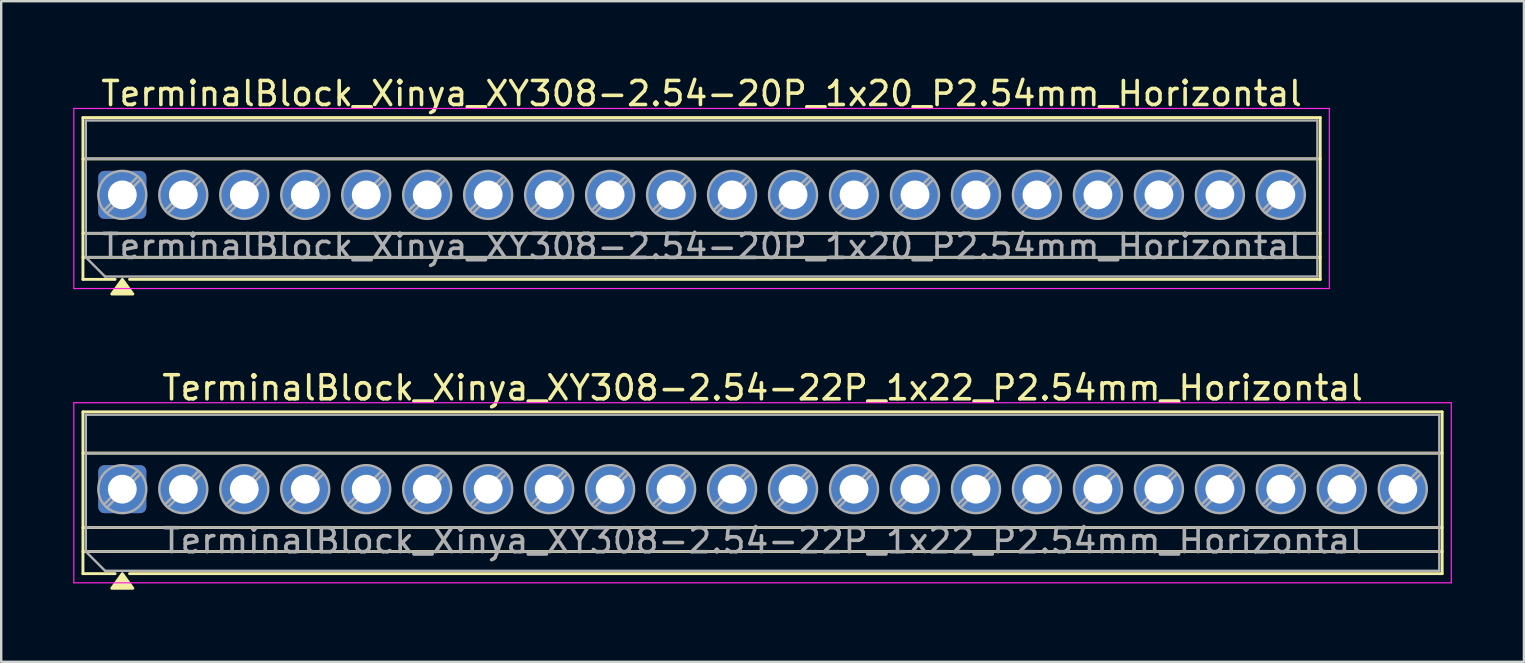
<source format=kicad_pcb>
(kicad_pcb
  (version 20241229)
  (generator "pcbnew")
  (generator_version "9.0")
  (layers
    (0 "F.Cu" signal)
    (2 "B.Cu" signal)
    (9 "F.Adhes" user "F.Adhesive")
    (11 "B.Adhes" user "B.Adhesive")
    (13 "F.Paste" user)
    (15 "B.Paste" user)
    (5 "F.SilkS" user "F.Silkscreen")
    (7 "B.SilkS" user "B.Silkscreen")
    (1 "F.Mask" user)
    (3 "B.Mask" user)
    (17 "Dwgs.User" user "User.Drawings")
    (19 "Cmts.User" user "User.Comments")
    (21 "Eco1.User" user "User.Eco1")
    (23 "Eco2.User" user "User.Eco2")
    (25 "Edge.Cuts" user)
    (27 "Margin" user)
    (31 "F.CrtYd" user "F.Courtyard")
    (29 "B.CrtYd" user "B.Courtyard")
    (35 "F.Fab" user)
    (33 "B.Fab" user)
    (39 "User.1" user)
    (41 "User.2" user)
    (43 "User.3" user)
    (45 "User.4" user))
  (footprint "TerminalBlock_Xinya_XY308-2.54-20P_1x20_P2.54mm_Horizontal"
    (layer "F.Cu")
    (at 2.045 5.068)
    (property "Reference" "TerminalBlock_Xinya_XY308-2.54-20P_1x20_P2.54mm_Horizontal" (at 24.13 -4.22 0) (layer "F.SilkS") (effects (font (size 1 1) (thickness 0.15))))
    (attr through_hole)
    (fp_line (start -1.64 -3.22) (end -1.64 3.52) (stroke (width 0.12) (type solid)) (layer "F.SilkS"))
    (fp_line (start -1.64 -3.22) (end 49.9 -3.22) (stroke (width 0.12) (type solid)) (layer "F.SilkS"))
    (fp_line (start -1.64 -1.5) (end 49.9 -1.5) (stroke (width 0.12) (type solid)) (layer "F.SilkS"))
    (fp_line (start -1.64 1.6) (end 49.9 1.6) (stroke (width 0.12) (type solid)) (layer "F.SilkS"))
    (fp_line (start -1.64 2.6) (end 49.9 2.6) (stroke (width 0.12) (type solid)) (layer "F.SilkS"))
    (fp_line (start -1.64 3.52) (end -0.3 3.52) (stroke (width 0.12) (type solid)) (layer "F.SilkS"))
    (fp_line (start 0.3 3.52) (end 49.9 3.52) (stroke (width 0.12) (type solid)) (layer "F.SilkS"))
    (fp_line (start 49.9 -3.22) (end 49.9 3.52) (stroke (width 0.12) (type solid)) (layer "F.SilkS"))
    (fp_poly (pts (xy 0 3.52) (xy 0.44 4.13) (xy -0.44 4.13)) (stroke (width 0.12) (type solid)) (fill yes) (layer "F.SilkS"))
    (fp_line (start -2.02 -3.6) (end -2.02 3.9) (stroke (width 0.05) (type solid)) (layer "F.CrtYd"))
    (fp_line (start -2.02 3.9) (end 50.28 3.9) (stroke (width 0.05) (type solid)) (layer "F.CrtYd"))
    (fp_line (start 50.28 -3.6) (end -2.02 -3.6) (stroke (width 0.05) (type solid)) (layer "F.CrtYd"))
    (fp_line (start 50.28 3.9) (end 50.28 -3.6) (stroke (width 0.05) (type solid)) (layer "F.CrtYd"))
    (fp_line (start -1.52 -3.1) (end 49.78 -3.1) (stroke (width 0.1) (type solid)) (layer "F.Fab"))
    (fp_line (start -1.52 -1.5) (end 49.78 -1.5) (stroke (width 0.1) (type solid)) (layer "F.Fab"))
    (fp_line (start -1.52 1.6) (end 49.78 1.6) (stroke (width 0.1) (type solid)) (layer "F.Fab"))
    (fp_line (start -1.52 2.6) (end -1.52 -3.1) (stroke (width 0.1) (type solid)) (layer "F.Fab"))
    (fp_line (start -1.52 2.6) (end 49.78 2.6) (stroke (width 0.1) (type solid)) (layer "F.Fab"))
    (fp_line (start -0.72 3.4) (end -1.52 2.6) (stroke (width 0.1) (type solid)) (layer "F.Fab"))
    (fp_line (start 0.636 -0.758) (end -0.758 0.636) (stroke (width 0.1) (type solid)) (layer "F.Fab"))
    (fp_line (start 0.758 -0.636) (end -0.636 0.758) (stroke (width 0.1) (type solid)) (layer "F.Fab"))
    (fp_line (start 3.176 -0.758) (end 1.782 0.636) (stroke (width 0.1) (type solid)) (layer "F.Fab"))
    (fp_line (start 3.298 -0.636) (end 1.904 0.758) (stroke (width 0.1) (type solid)) (layer "F.Fab"))
    (fp_line (start 5.716 -0.758) (end 4.322 0.636) (stroke (width 0.1) (type solid)) (layer "F.Fab"))
    (fp_line (start 5.838 -0.636) (end 4.444 0.758) (stroke (width 0.1) (type solid)) (layer "F.Fab"))
    (fp_line (start 8.256 -0.758) (end 6.862 0.636) (stroke (width 0.1) (type solid)) (layer "F.Fab"))
    (fp_line (start 8.378 -0.636) (end 6.984 0.758) (stroke (width 0.1) (type solid)) (layer "F.Fab"))
    (fp_line (start 10.796 -0.758) (end 9.402 0.636) (stroke (width 0.1) (type solid)) (layer "F.Fab"))
    (fp_line (start 10.918 -0.636) (end 9.524 0.758) (stroke (width 0.1) (type solid)) (layer "F.Fab"))
    (fp_line (start 13.336 -0.758) (end 11.942 0.636) (stroke (width 0.1) (type solid)) (layer "F.Fab"))
    (fp_line (start 13.458 -0.636) (end 12.064 0.758) (stroke (width 0.1) (type solid)) (layer "F.Fab"))
    (fp_line (start 15.876 -0.758) (end 14.482 0.636) (stroke (width 0.1) (type solid)) (layer "F.Fab"))
    (fp_line (start 15.998 -0.636) (end 14.604 0.758) (stroke (width 0.1) (type solid)) (layer "F.Fab"))
    (fp_line (start 18.416 -0.758) (end 17.022 0.636) (stroke (width 0.1) (type solid)) (layer "F.Fab"))
    (fp_line (start 18.538 -0.636) (end 17.144 0.758) (stroke (width 0.1) (type solid)) (layer "F.Fab"))
    (fp_line (start 20.956 -0.758) (end 19.562 0.636) (stroke (width 0.1) (type solid)) (layer "F.Fab"))
    (fp_line (start 21.078 -0.636) (end 19.684 0.758) (stroke (width 0.1) (type solid)) (layer "F.Fab"))
    (fp_line (start 23.496 -0.758) (end 22.102 0.636) (stroke (width 0.1) (type solid)) (layer "F.Fab"))
    (fp_line (start 23.618 -0.636) (end 22.224 0.758) (stroke (width 0.1) (type solid)) (layer "F.Fab"))
    (fp_line (start 26.036 -0.758) (end 24.642 0.636) (stroke (width 0.1) (type solid)) (layer "F.Fab"))
    (fp_line (start 26.158 -0.636) (end 24.764 0.758) (stroke (width 0.1) (type solid)) (layer "F.Fab"))
    (fp_line (start 28.576 -0.758) (end 27.182 0.636) (stroke (width 0.1) (type solid)) (layer "F.Fab"))
    (fp_line (start 28.698 -0.636) (end 27.304 0.758) (stroke (width 0.1) (type solid)) (layer "F.Fab"))
    (fp_line (start 31.116 -0.758) (end 29.722 0.636) (stroke (width 0.1) (type solid)) (layer "F.Fab"))
    (fp_line (start 31.238 -0.636) (end 29.844 0.758) (stroke (width 0.1) (type solid)) (layer "F.Fab"))
    (fp_line (start 33.656 -0.758) (end 32.262 0.636) (stroke (width 0.1) (type solid)) (layer "F.Fab"))
    (fp_line (start 33.778 -0.636) (end 32.384 0.758) (stroke (width 0.1) (type solid)) (layer "F.Fab"))
    (fp_line (start 36.196 -0.758) (end 34.802 0.636) (stroke (width 0.1) (type solid)) (layer "F.Fab"))
    (fp_line (start 36.318 -0.636) (end 34.924 0.758) (stroke (width 0.1) (type solid)) (layer "F.Fab"))
    (fp_line (start 38.736 -0.758) (end 37.342 0.636) (stroke (width 0.1) (type solid)) (layer "F.Fab"))
    (fp_line (start 38.858 -0.636) (end 37.464 0.758) (stroke (width 0.1) (type solid)) (layer "F.Fab"))
    (fp_line (start 41.276 -0.758) (end 39.882 0.636) (stroke (width 0.1) (type solid)) (layer "F.Fab"))
    (fp_line (start 41.398 -0.636) (end 40.004 0.758) (stroke (width 0.1) (type solid)) (layer "F.Fab"))
    (fp_line (start 43.816 -0.758) (end 42.422 0.636) (stroke (width 0.1) (type solid)) (layer "F.Fab"))
    (fp_line (start 43.938 -0.636) (end 42.544 0.758) (stroke (width 0.1) (type solid)) (layer "F.Fab"))
    (fp_line (start 46.356 -0.758) (end 44.962 0.636) (stroke (width 0.1) (type solid)) (layer "F.Fab"))
    (fp_line (start 46.478 -0.636) (end 45.084 0.758) (stroke (width 0.1) (type solid)) (layer "F.Fab"))
    (fp_line (start 48.896 -0.758) (end 47.502 0.636) (stroke (width 0.1) (type solid)) (layer "F.Fab"))
    (fp_line (start 49.018 -0.636) (end 47.624 0.758) (stroke (width 0.1) (type solid)) (layer "F.Fab"))
    (fp_line (start 49.78 -3.1) (end 49.78 3.4) (stroke (width 0.1) (type solid)) (layer "F.Fab"))
    (fp_line (start 49.78 3.4) (end -0.72 3.4) (stroke (width 0.1) (type solid)) (layer "F.Fab"))
    (fp_circle (center 0 0) (end 1 0) (stroke (width 0.1) (type solid)) (fill no) (layer "F.Fab"))
    (fp_circle (center 2.54 0) (end 3.54 0) (stroke (width 0.1) (type solid)) (fill no) (layer "F.Fab"))
    (fp_circle (center 5.08 0) (end 6.08 0) (stroke (width 0.1) (type solid)) (fill no) (layer "F.Fab"))
    (fp_circle (center 7.62 0) (end 8.62 0) (stroke (width 0.1) (type solid)) (fill no) (layer "F.Fab"))
    (fp_circle (center 10.16 0) (end 11.16 0) (stroke (width 0.1) (type solid)) (fill no) (layer "F.Fab"))
    (fp_circle (center 12.7 0) (end 13.7 0) (stroke (width 0.1) (type solid)) (fill no) (layer "F.Fab"))
    (fp_circle (center 15.24 0) (end 16.24 0) (stroke (width 0.1) (type solid)) (fill no) (layer "F.Fab"))
    (fp_circle (center 17.78 0) (end 18.78 0) (stroke (width 0.1) (type solid)) (fill no) (layer "F.Fab"))
    (fp_circle (center 20.32 0) (end 21.32 0) (stroke (width 0.1) (type solid)) (fill no) (layer "F.Fab"))
    (fp_circle (center 22.86 0) (end 23.86 0) (stroke (width 0.1) (type solid)) (fill no) (layer "F.Fab"))
    (fp_circle (center 25.4 0) (end 26.4 0) (stroke (width 0.1) (type solid)) (fill no) (layer "F.Fab"))
    (fp_circle (center 27.94 0) (end 28.94 0) (stroke (width 0.1) (type solid)) (fill no) (layer "F.Fab"))
    (fp_circle (center 30.48 0) (end 31.48 0) (stroke (width 0.1) (type solid)) (fill no) (layer "F.Fab"))
    (fp_circle (center 33.02 0) (end 34.02 0) (stroke (width 0.1) (type solid)) (fill no) (layer "F.Fab"))
    (fp_circle (center 35.56 0) (end 36.56 0) (stroke (width 0.1) (type solid)) (fill no) (layer "F.Fab"))
    (fp_circle (center 38.1 0) (end 39.1 0) (stroke (width 0.1) (type solid)) (fill no) (layer "F.Fab"))
    (fp_circle (center 40.64 0) (end 41.64 0) (stroke (width 0.1) (type solid)) (fill no) (layer "F.Fab"))
    (fp_circle (center 43.18 0) (end 44.18 0) (stroke (width 0.1) (type solid)) (fill no) (layer "F.Fab"))
    (fp_circle (center 45.72 0) (end 46.72 0) (stroke (width 0.1) (type solid)) (fill no) (layer "F.Fab"))
    (fp_circle (center 48.26 0) (end 49.26 0) (stroke (width 0.1) (type solid)) (fill no) (layer "F.Fab"))
    (fp_text user "${REFERENCE}" (at 24.13 2.15 0) (layer "F.Fab") (effects (font (size 1 1) (thickness 0.15))))
    (pad "1" thru_hole roundrect (at 0 0) (size 2 2) (drill 1.2) (layers "*.Cu" "*.Mask") (roundrect_rratio 0.125))
    (pad "2" thru_hole circle (at 2.54 0) (size 2 2) (drill 1.2) (layers "*.Cu" "*.Mask"))
    (pad "3" thru_hole circle (at 5.08 0) (size 2 2) (drill 1.2) (layers "*.Cu" "*.Mask"))
    (pad "4" thru_hole circle (at 7.62 0) (size 2 2) (drill 1.2) (layers "*.Cu" "*.Mask"))
    (pad "5" thru_hole circle (at 10.16 0) (size 2 2) (drill 1.2) (layers "*.Cu" "*.Mask"))
    (pad "6" thru_hole circle (at 12.7 0) (size 2 2) (drill 1.2) (layers "*.Cu" "*.Mask"))
    (pad "7" thru_hole circle (at 15.24 0) (size 2 2) (drill 1.2) (layers "*.Cu" "*.Mask"))
    (pad "8" thru_hole circle (at 17.78 0) (size 2 2) (drill 1.2) (layers "*.Cu" "*.Mask"))
    (pad "9" thru_hole circle (at 20.32 0) (size 2 2) (drill 1.2) (layers "*.Cu" "*.Mask"))
    (pad "10" thru_hole circle (at 22.86 0) (size 2 2) (drill 1.2) (layers "*.Cu" "*.Mask"))
    (pad "11" thru_hole circle (at 25.4 0) (size 2 2) (drill 1.2) (layers "*.Cu" "*.Mask"))
    (pad "12" thru_hole circle (at 27.94 0) (size 2 2) (drill 1.2) (layers "*.Cu" "*.Mask"))
    (pad "13" thru_hole circle (at 30.48 0) (size 2 2) (drill 1.2) (layers "*.Cu" "*.Mask"))
    (pad "14" thru_hole circle (at 33.02 0) (size 2 2) (drill 1.2) (layers "*.Cu" "*.Mask"))
    (pad "15" thru_hole circle (at 35.56 0) (size 2 2) (drill 1.2) (layers "*.Cu" "*.Mask"))
    (pad "16" thru_hole circle (at 38.1 0) (size 2 2) (drill 1.2) (layers "*.Cu" "*.Mask"))
    (pad "17" thru_hole circle (at 40.64 0) (size 2 2) (drill 1.2) (layers "*.Cu" "*.Mask"))
    (pad "18" thru_hole circle (at 43.18 0) (size 2 2) (drill 1.2) (layers "*.Cu" "*.Mask"))
    (pad "19" thru_hole circle (at 45.72 0) (size 2 2) (drill 1.2) (layers "*.Cu" "*.Mask"))
    (pad "20" thru_hole circle (at 48.26 0) (size 2 2) (drill 1.2) (layers "*.Cu" "*.Mask")))
  (footprint "TerminalBlock_Xinya_XY308-2.54-22P_1x22_P2.54mm_Horizontal"
    (layer "F.Cu")
    (at 2.045 17.326)
    (property "Reference" "TerminalBlock_Xinya_XY308-2.54-22P_1x22_P2.54mm_Horizontal" (at 26.67 -4.22 0) (layer "F.SilkS") (effects (font (size 1 1) (thickness 0.15))))
    (attr through_hole)
    (fp_line (start -1.64 -3.22) (end -1.64 3.52) (stroke (width 0.12) (type solid)) (layer "F.SilkS"))
    (fp_line (start -1.64 -3.22) (end 54.98 -3.22) (stroke (width 0.12) (type solid)) (layer "F.SilkS"))
    (fp_line (start -1.64 -1.5) (end 54.98 -1.5) (stroke (width 0.12) (type solid)) (layer "F.SilkS"))
    (fp_line (start -1.64 1.6) (end 54.98 1.6) (stroke (width 0.12) (type solid)) (layer "F.SilkS"))
    (fp_line (start -1.64 2.6) (end 54.98 2.6) (stroke (width 0.12) (type solid)) (layer "F.SilkS"))
    (fp_line (start -1.64 3.52) (end -0.3 3.52) (stroke (width 0.12) (type solid)) (layer "F.SilkS"))
    (fp_line (start 0.3 3.52) (end 54.98 3.52) (stroke (width 0.12) (type solid)) (layer "F.SilkS"))
    (fp_line (start 54.98 -3.22) (end 54.98 3.52) (stroke (width 0.12) (type solid)) (layer "F.SilkS"))
    (fp_poly (pts (xy 0 3.52) (xy 0.44 4.13) (xy -0.44 4.13)) (stroke (width 0.12) (type solid)) (fill yes) (layer "F.SilkS"))
    (fp_line (start -2.02 -3.6) (end -2.02 3.9) (stroke (width 0.05) (type solid)) (layer "F.CrtYd"))
    (fp_line (start -2.02 3.9) (end 55.36 3.9) (stroke (width 0.05) (type solid)) (layer "F.CrtYd"))
    (fp_line (start 55.36 -3.6) (end -2.02 -3.6) (stroke (width 0.05) (type solid)) (layer "F.CrtYd"))
    (fp_line (start 55.36 3.9) (end 55.36 -3.6) (stroke (width 0.05) (type solid)) (layer "F.CrtYd"))
    (fp_line (start -1.52 -3.1) (end 54.86 -3.1) (stroke (width 0.1) (type solid)) (layer "F.Fab"))
    (fp_line (start -1.52 -1.5) (end 54.86 -1.5) (stroke (width 0.1) (type solid)) (layer "F.Fab"))
    (fp_line (start -1.52 1.6) (end 54.86 1.6) (stroke (width 0.1) (type solid)) (layer "F.Fab"))
    (fp_line (start -1.52 2.6) (end -1.52 -3.1) (stroke (width 0.1) (type solid)) (layer "F.Fab"))
    (fp_line (start -1.52 2.6) (end 54.86 2.6) (stroke (width 0.1) (type solid)) (layer "F.Fab"))
    (fp_line (start -0.72 3.4) (end -1.52 2.6) (stroke (width 0.1) (type solid)) (layer "F.Fab"))
    (fp_line (start 0.636 -0.758) (end -0.758 0.636) (stroke (width 0.1) (type solid)) (layer "F.Fab"))
    (fp_line (start 0.758 -0.636) (end -0.636 0.758) (stroke (width 0.1) (type solid)) (layer "F.Fab"))
    (fp_line (start 3.176 -0.758) (end 1.782 0.636) (stroke (width 0.1) (type solid)) (layer "F.Fab"))
    (fp_line (start 3.298 -0.636) (end 1.904 0.758) (stroke (width 0.1) (type solid)) (layer "F.Fab"))
    (fp_line (start 5.716 -0.758) (end 4.322 0.636) (stroke (width 0.1) (type solid)) (layer "F.Fab"))
    (fp_line (start 5.838 -0.636) (end 4.444 0.758) (stroke (width 0.1) (type solid)) (layer "F.Fab"))
    (fp_line (start 8.256 -0.758) (end 6.862 0.636) (stroke (width 0.1) (type solid)) (layer "F.Fab"))
    (fp_line (start 8.378 -0.636) (end 6.984 0.758) (stroke (width 0.1) (type solid)) (layer "F.Fab"))
    (fp_line (start 10.796 -0.758) (end 9.402 0.636) (stroke (width 0.1) (type solid)) (layer "F.Fab"))
    (fp_line (start 10.918 -0.636) (end 9.524 0.758) (stroke (width 0.1) (type solid)) (layer "F.Fab"))
    (fp_line (start 13.336 -0.758) (end 11.942 0.636) (stroke (width 0.1) (type solid)) (layer "F.Fab"))
    (fp_line (start 13.458 -0.636) (end 12.064 0.758) (stroke (width 0.1) (type solid)) (layer "F.Fab"))
    (fp_line (start 15.876 -0.758) (end 14.482 0.636) (stroke (width 0.1) (type solid)) (layer "F.Fab"))
    (fp_line (start 15.998 -0.636) (end 14.604 0.758) (stroke (width 0.1) (type solid)) (layer "F.Fab"))
    (fp_line (start 18.416 -0.758) (end 17.022 0.636) (stroke (width 0.1) (type solid)) (layer "F.Fab"))
    (fp_line (start 18.538 -0.636) (end 17.144 0.758) (stroke (width 0.1) (type solid)) (layer "F.Fab"))
    (fp_line (start 20.956 -0.758) (end 19.562 0.636) (stroke (width 0.1) (type solid)) (layer "F.Fab"))
    (fp_line (start 21.078 -0.636) (end 19.684 0.758) (stroke (width 0.1) (type solid)) (layer "F.Fab"))
    (fp_line (start 23.496 -0.758) (end 22.102 0.636) (stroke (width 0.1) (type solid)) (layer "F.Fab"))
    (fp_line (start 23.618 -0.636) (end 22.224 0.758) (stroke (width 0.1) (type solid)) (layer "F.Fab"))
    (fp_line (start 26.036 -0.758) (end 24.642 0.636) (stroke (width 0.1) (type solid)) (layer "F.Fab"))
    (fp_line (start 26.158 -0.636) (end 24.764 0.758) (stroke (width 0.1) (type solid)) (layer "F.Fab"))
    (fp_line (start 28.576 -0.758) (end 27.182 0.636) (stroke (width 0.1) (type solid)) (layer "F.Fab"))
    (fp_line (start 28.698 -0.636) (end 27.304 0.758) (stroke (width 0.1) (type solid)) (layer "F.Fab"))
    (fp_line (start 31.116 -0.758) (end 29.722 0.636) (stroke (width 0.1) (type solid)) (layer "F.Fab"))
    (fp_line (start 31.238 -0.636) (end 29.844 0.758) (stroke (width 0.1) (type solid)) (layer "F.Fab"))
    (fp_line (start 33.656 -0.758) (end 32.262 0.636) (stroke (width 0.1) (type solid)) (layer "F.Fab"))
    (fp_line (start 33.778 -0.636) (end 32.384 0.758) (stroke (width 0.1) (type solid)) (layer "F.Fab"))
    (fp_line (start 36.196 -0.758) (end 34.802 0.636) (stroke (width 0.1) (type solid)) (layer "F.Fab"))
    (fp_line (start 36.318 -0.636) (end 34.924 0.758) (stroke (width 0.1) (type solid)) (layer "F.Fab"))
    (fp_line (start 38.736 -0.758) (end 37.342 0.636) (stroke (width 0.1) (type solid)) (layer "F.Fab"))
    (fp_line (start 38.858 -0.636) (end 37.464 0.758) (stroke (width 0.1) (type solid)) (layer "F.Fab"))
    (fp_line (start 41.276 -0.758) (end 39.882 0.636) (stroke (width 0.1) (type solid)) (layer "F.Fab"))
    (fp_line (start 41.398 -0.636) (end 40.004 0.758) (stroke (width 0.1) (type solid)) (layer "F.Fab"))
    (fp_line (start 43.816 -0.758) (end 42.422 0.636) (stroke (width 0.1) (type solid)) (layer "F.Fab"))
    (fp_line (start 43.938 -0.636) (end 42.544 0.758) (stroke (width 0.1) (type solid)) (layer "F.Fab"))
    (fp_line (start 46.356 -0.758) (end 44.962 0.636) (stroke (width 0.1) (type solid)) (layer "F.Fab"))
    (fp_line (start 46.478 -0.636) (end 45.084 0.758) (stroke (width 0.1) (type solid)) (layer "F.Fab"))
    (fp_line (start 48.896 -0.758) (end 47.502 0.636) (stroke (width 0.1) (type solid)) (layer "F.Fab"))
    (fp_line (start 49.018 -0.636) (end 47.624 0.758) (stroke (width 0.1) (type solid)) (layer "F.Fab"))
    (fp_line (start 51.436 -0.758) (end 50.042 0.636) (stroke (width 0.1) (type solid)) (layer "F.Fab"))
    (fp_line (start 51.558 -0.636) (end 50.164 0.758) (stroke (width 0.1) (type solid)) (layer "F.Fab"))
    (fp_line (start 53.976 -0.758) (end 52.582 0.636) (stroke (width 0.1) (type solid)) (layer "F.Fab"))
    (fp_line (start 54.098 -0.636) (end 52.704 0.758) (stroke (width 0.1) (type solid)) (layer "F.Fab"))
    (fp_line (start 54.86 -3.1) (end 54.86 3.4) (stroke (width 0.1) (type solid)) (layer "F.Fab"))
    (fp_line (start 54.86 3.4) (end -0.72 3.4) (stroke (width 0.1) (type solid)) (layer "F.Fab"))
    (fp_circle (center 0 0) (end 1 0) (stroke (width 0.1) (type solid)) (fill no) (layer "F.Fab"))
    (fp_circle (center 2.54 0) (end 3.54 0) (stroke (width 0.1) (type solid)) (fill no) (layer "F.Fab"))
    (fp_circle (center 5.08 0) (end 6.08 0) (stroke (width 0.1) (type solid)) (fill no) (layer "F.Fab"))
    (fp_circle (center 7.62 0) (end 8.62 0) (stroke (width 0.1) (type solid)) (fill no) (layer "F.Fab"))
    (fp_circle (center 10.16 0) (end 11.16 0) (stroke (width 0.1) (type solid)) (fill no) (layer "F.Fab"))
    (fp_circle (center 12.7 0) (end 13.7 0) (stroke (width 0.1) (type solid)) (fill no) (layer "F.Fab"))
    (fp_circle (center 15.24 0) (end 16.24 0) (stroke (width 0.1) (type solid)) (fill no) (layer "F.Fab"))
    (fp_circle (center 17.78 0) (end 18.78 0) (stroke (width 0.1) (type solid)) (fill no) (layer "F.Fab"))
    (fp_circle (center 20.32 0) (end 21.32 0) (stroke (width 0.1) (type solid)) (fill no) (layer "F.Fab"))
    (fp_circle (center 22.86 0) (end 23.86 0) (stroke (width 0.1) (type solid)) (fill no) (layer "F.Fab"))
    (fp_circle (center 25.4 0) (end 26.4 0) (stroke (width 0.1) (type solid)) (fill no) (layer "F.Fab"))
    (fp_circle (center 27.94 0) (end 28.94 0) (stroke (width 0.1) (type solid)) (fill no) (layer "F.Fab"))
    (fp_circle (center 30.48 0) (end 31.48 0) (stroke (width 0.1) (type solid)) (fill no) (layer "F.Fab"))
    (fp_circle (center 33.02 0) (end 34.02 0) (stroke (width 0.1) (type solid)) (fill no) (layer "F.Fab"))
    (fp_circle (center 35.56 0) (end 36.56 0) (stroke (width 0.1) (type solid)) (fill no) (layer "F.Fab"))
    (fp_circle (center 38.1 0) (end 39.1 0) (stroke (width 0.1) (type solid)) (fill no) (layer "F.Fab"))
    (fp_circle (center 40.64 0) (end 41.64 0) (stroke (width 0.1) (type solid)) (fill no) (layer "F.Fab"))
    (fp_circle (center 43.18 0) (end 44.18 0) (stroke (width 0.1) (type solid)) (fill no) (layer "F.Fab"))
    (fp_circle (center 45.72 0) (end 46.72 0) (stroke (width 0.1) (type solid)) (fill no) (layer "F.Fab"))
    (fp_circle (center 48.26 0) (end 49.26 0) (stroke (width 0.1) (type solid)) (fill no) (layer "F.Fab"))
    (fp_circle (center 50.8 0) (end 51.8 0) (stroke (width 0.1) (type solid)) (fill no) (layer "F.Fab"))
    (fp_circle (center 53.34 0) (end 54.34 0) (stroke (width 0.1) (type solid)) (fill no) (layer "F.Fab"))
    (fp_text user "${REFERENCE}" (at 26.67 2.15 0) (layer "F.Fab") (effects (font (size 1 1) (thickness 0.15))))
    (pad "1" thru_hole roundrect (at 0 0) (size 2 2) (drill 1.2) (layers "*.Cu" "*.Mask") (roundrect_rratio 0.125))
    (pad "2" thru_hole circle (at 2.54 0) (size 2 2) (drill 1.2) (layers "*.Cu" "*.Mask"))
    (pad "3" thru_hole circle (at 5.08 0) (size 2 2) (drill 1.2) (layers "*.Cu" "*.Mask"))
    (pad "4" thru_hole circle (at 7.62 0) (size 2 2) (drill 1.2) (layers "*.Cu" "*.Mask"))
    (pad "5" thru_hole circle (at 10.16 0) (size 2 2) (drill 1.2) (layers "*.Cu" "*.Mask"))
    (pad "6" thru_hole circle (at 12.7 0) (size 2 2) (drill 1.2) (layers "*.Cu" "*.Mask"))
    (pad "7" thru_hole circle (at 15.24 0) (size 2 2) (drill 1.2) (layers "*.Cu" "*.Mask"))
    (pad "8" thru_hole circle (at 17.78 0) (size 2 2) (drill 1.2) (layers "*.Cu" "*.Mask"))
    (pad "9" thru_hole circle (at 20.32 0) (size 2 2) (drill 1.2) (layers "*.Cu" "*.Mask"))
    (pad "10" thru_hole circle (at 22.86 0) (size 2 2) (drill 1.2) (layers "*.Cu" "*.Mask"))
    (pad "11" thru_hole circle (at 25.4 0) (size 2 2) (drill 1.2) (layers "*.Cu" "*.Mask"))
    (pad "12" thru_hole circle (at 27.94 0) (size 2 2) (drill 1.2) (layers "*.Cu" "*.Mask"))
    (pad "13" thru_hole circle (at 30.48 0) (size 2 2) (drill 1.2) (layers "*.Cu" "*.Mask"))
    (pad "14" thru_hole circle (at 33.02 0) (size 2 2) (drill 1.2) (layers "*.Cu" "*.Mask"))
    (pad "15" thru_hole circle (at 35.56 0) (size 2 2) (drill 1.2) (layers "*.Cu" "*.Mask"))
    (pad "16" thru_hole circle (at 38.1 0) (size 2 2) (drill 1.2) (layers "*.Cu" "*.Mask"))
    (pad "17" thru_hole circle (at 40.64 0) (size 2 2) (drill 1.2) (layers "*.Cu" "*.Mask"))
    (pad "18" thru_hole circle (at 43.18 0) (size 2 2) (drill 1.2) (layers "*.Cu" "*.Mask"))
    (pad "19" thru_hole circle (at 45.72 0) (size 2 2) (drill 1.2) (layers "*.Cu" "*.Mask"))
    (pad "20" thru_hole circle (at 48.26 0) (size 2 2) (drill 1.2) (layers "*.Cu" "*.Mask"))
    (pad "21" thru_hole circle (at 50.8 0) (size 2 2) (drill 1.2) (layers "*.Cu" "*.Mask"))
    (pad "22" thru_hole circle (at 53.34 0) (size 2 2) (drill 1.2) (layers "*.Cu" "*.Mask")))
  (gr_rect
    (start -3 -3)
    (end 60.43 24.517)
    (stroke (width 0.1) (type default))
    (fill no)
    (layer "Edge.Cuts")))
</source>
